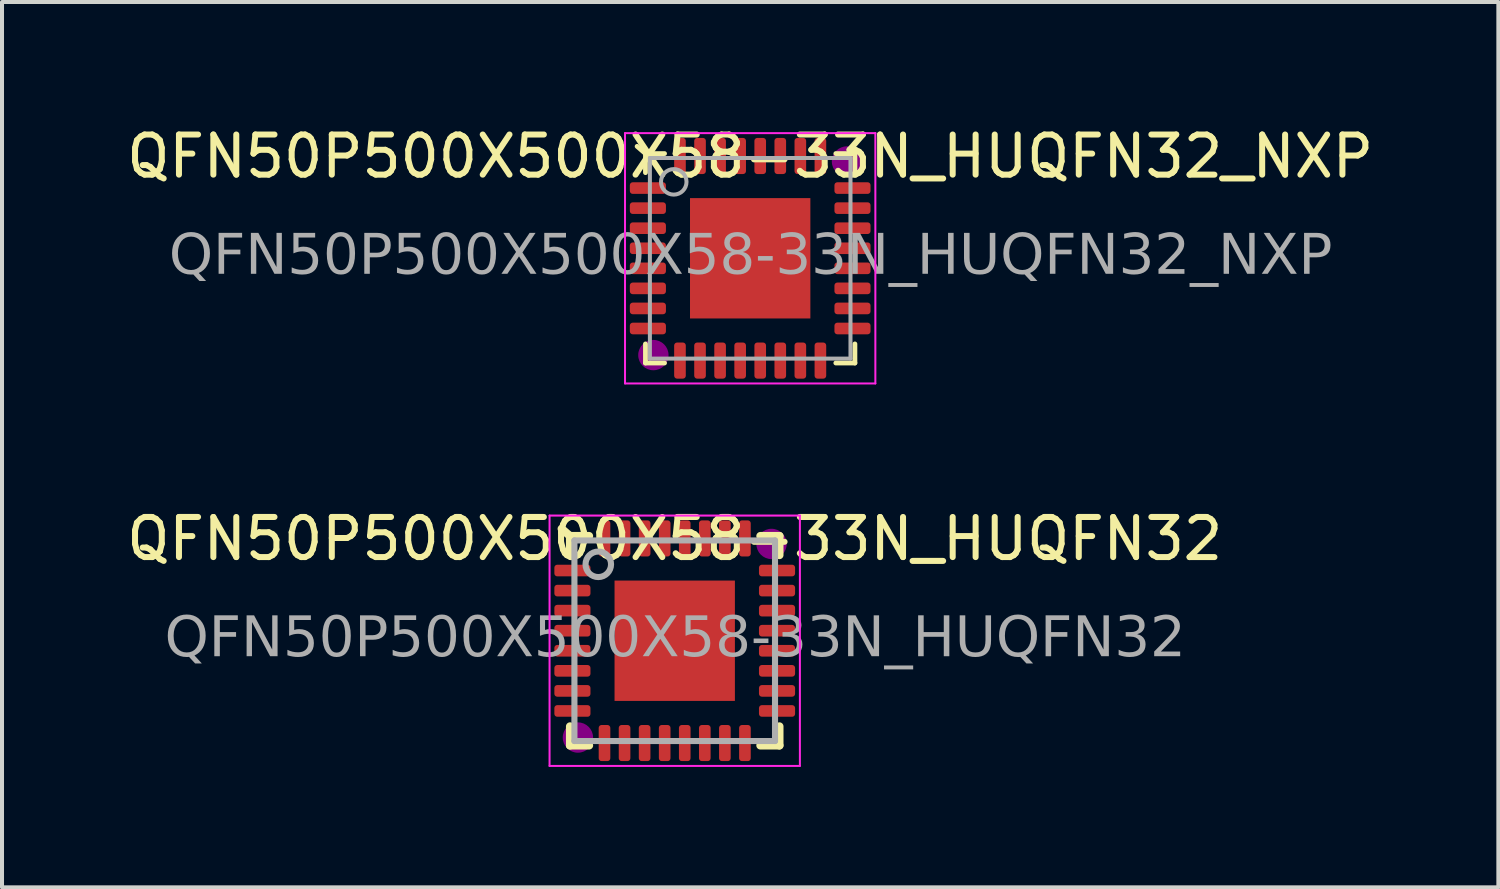
<source format=kicad_pcb>
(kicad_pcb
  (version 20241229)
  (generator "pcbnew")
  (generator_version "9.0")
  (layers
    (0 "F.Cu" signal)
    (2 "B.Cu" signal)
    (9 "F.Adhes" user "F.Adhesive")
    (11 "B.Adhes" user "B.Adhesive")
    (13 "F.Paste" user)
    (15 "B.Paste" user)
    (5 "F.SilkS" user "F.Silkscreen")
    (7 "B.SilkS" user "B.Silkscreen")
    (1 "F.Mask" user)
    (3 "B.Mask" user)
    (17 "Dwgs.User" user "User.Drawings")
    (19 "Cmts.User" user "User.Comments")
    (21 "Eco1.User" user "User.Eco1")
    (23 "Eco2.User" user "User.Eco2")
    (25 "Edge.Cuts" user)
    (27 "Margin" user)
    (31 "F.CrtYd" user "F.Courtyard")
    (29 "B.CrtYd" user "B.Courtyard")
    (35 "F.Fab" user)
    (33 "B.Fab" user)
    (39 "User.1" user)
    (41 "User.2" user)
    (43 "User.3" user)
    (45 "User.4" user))
  (footprint "QFN50P500X500X58-33N_HUQFN32_NXP"
    (layer "F.Cu")
    (at 15.649 3.388)
    (property "Reference" "QFN50P500X500X58-33N_HUQFN32_NXP" (at 0 -2.54 0) (layer "F.SilkS") (effects (font (size 1 1) (thickness 0.15))))
    (attr smd)
    (fp_line (start -2.61 -2.61) (end -2.818 -2.79) (stroke (width 0.12) (type solid)) (layer "F.SilkS"))
    (fp_line (start -2.61 -2.61) (end -2.61 -2.135) (stroke (width 0.12) (type solid)) (layer "F.SilkS"))
    (fp_line (start -2.61 2.61) (end -2.61 2.135) (stroke (width 0.12) (type solid)) (layer "F.SilkS"))
    (fp_line (start -2.135 -2.61) (end -2.61 -2.61) (stroke (width 0.12) (type solid)) (layer "F.SilkS"))
    (fp_line (start -2.135 2.61) (end -2.61 2.61) (stroke (width 0.12) (type solid)) (layer "F.SilkS"))
    (fp_line (start 2.135 -2.61) (end 2.61 -2.61) (stroke (width 0.12) (type solid)) (layer "F.SilkS"))
    (fp_line (start 2.135 2.61) (end 2.61 2.61) (stroke (width 0.12) (type solid)) (layer "F.SilkS"))
    (fp_line (start 2.61 -2.61) (end 2.61 -2.135) (stroke (width 0.12) (type solid)) (layer "F.SilkS"))
    (fp_line (start 2.61 2.61) (end 2.61 2.135) (stroke (width 0.12) (type solid)) (layer "F.SilkS"))
    (fp_circle (center -2.413 2.413) (end -2.095 2.413) (stroke (width 0.12) (type solid)) (fill yes) (layer "F.Adhes"))
    (fp_circle (center 2.413 -2.413) (end 2.731 -2.413) (stroke (width 0.12) (type solid)) (fill yes) (layer "F.Adhes"))
    (fp_line (start -3.12 -3.12) (end -3.12 3.12) (stroke (width 0.05) (type solid)) (layer "F.CrtYd"))
    (fp_line (start -3.12 3.12) (end 3.12 3.12) (stroke (width 0.05) (type solid)) (layer "F.CrtYd"))
    (fp_line (start 3.12 -3.12) (end -3.12 -3.12) (stroke (width 0.05) (type solid)) (layer "F.CrtYd"))
    (fp_line (start 3.12 3.12) (end 3.12 -3.12) (stroke (width 0.05) (type solid)) (layer "F.CrtYd"))
    (fp_line (start -2.5 -2.5) (end 2.5 -2.5) (stroke (width 0.1) (type solid)) (layer "F.Fab"))
    (fp_line (start -2.5 2.5) (end -2.5 -2.5) (stroke (width 0.1) (type solid)) (layer "F.Fab"))
    (fp_line (start 2.5 -2.5) (end 2.5 2.5) (stroke (width 0.1) (type solid)) (layer "F.Fab"))
    (fp_line (start 2.5 2.5) (end -2.5 2.5) (stroke (width 0.1) (type solid)) (layer "F.Fab"))
    (fp_circle (center -1.905 -1.905) (end -1.587 -1.905) (stroke (width 0.1) (type solid)) (fill no) (layer "F.Fab"))
    (fp_text user "${REFERENCE}" (at 0.012 -0.029 0) (layer "F.Fab") (effects (font (face "Tahoma") (size 1 1) (thickness 0.15))))
    (pad "" smd rect (at -0.55 -0.55) (size 0.7 0.7) (layers "F.Paste"))
    (pad "" smd rect (at -0.55 0.55) (size 0.7 0.7) (layers "F.Paste"))
    (pad "" smd rect (at 0.55 -0.55) (size 0.7 0.7) (layers "F.Paste"))
    (pad "" smd rect (at 0.55 0.55) (size 0.7 0.7) (layers "F.Paste"))
    (pad "1" smd roundrect (at -2.55 -1.75) (size 0.9 0.29) (layers "F.Cu" "F.Mask" "F.Paste") (roundrect_rratio 0.25))
    (pad "2" smd roundrect (at -2.55 -1.25) (size 0.9 0.29) (layers "F.Cu" "F.Mask" "F.Paste") (roundrect_rratio 0.25))
    (pad "3" smd roundrect (at -2.55 -0.75) (size 0.9 0.29) (layers "F.Cu" "F.Mask" "F.Paste") (roundrect_rratio 0.25))
    (pad "4" smd roundrect (at -2.55 -0.25) (size 0.9 0.29) (layers "F.Cu" "F.Mask" "F.Paste") (roundrect_rratio 0.25))
    (pad "5" smd roundrect (at -2.55 0.25) (size 0.9 0.29) (layers "F.Cu" "F.Mask" "F.Paste") (roundrect_rratio 0.25))
    (pad "6" smd roundrect (at -2.55 0.75) (size 0.9 0.29) (layers "F.Cu" "F.Mask" "F.Paste") (roundrect_rratio 0.25))
    (pad "7" smd roundrect (at -2.55 1.25) (size 0.9 0.29) (layers "F.Cu" "F.Mask" "F.Paste") (roundrect_rratio 0.25))
    (pad "8" smd roundrect (at -2.55 1.75) (size 0.9 0.29) (layers "F.Cu" "F.Mask" "F.Paste") (roundrect_rratio 0.25))
    (pad "9" smd roundrect (at -1.75 2.55) (size 0.29 0.9) (layers "F.Cu" "F.Mask" "F.Paste") (roundrect_rratio 0.25))
    (pad "10" smd roundrect (at -1.25 2.55) (size 0.29 0.9) (layers "F.Cu" "F.Mask" "F.Paste") (roundrect_rratio 0.25))
    (pad "11" smd roundrect (at -0.75 2.55) (size 0.29 0.9) (layers "F.Cu" "F.Mask" "F.Paste") (roundrect_rratio 0.25))
    (pad "12" smd roundrect (at -0.25 2.55) (size 0.29 0.9) (layers "F.Cu" "F.Mask" "F.Paste") (roundrect_rratio 0.25))
    (pad "13" smd roundrect (at 0.25 2.55) (size 0.29 0.9) (layers "F.Cu" "F.Mask" "F.Paste") (roundrect_rratio 0.25))
    (pad "14" smd roundrect (at 0.75 2.55) (size 0.29 0.9) (layers "F.Cu" "F.Mask" "F.Paste") (roundrect_rratio 0.25))
    (pad "15" smd roundrect (at 1.25 2.55) (size 0.29 0.9) (layers "F.Cu" "F.Mask" "F.Paste") (roundrect_rratio 0.25))
    (pad "16" smd roundrect (at 1.75 2.55) (size 0.29 0.9) (layers "F.Cu" "F.Mask" "F.Paste") (roundrect_rratio 0.25))
    (pad "17" smd roundrect (at 2.55 1.75) (size 0.9 0.29) (layers "F.Cu" "F.Mask" "F.Paste") (roundrect_rratio 0.25))
    (pad "18" smd roundrect (at 2.55 1.25) (size 0.9 0.29) (layers "F.Cu" "F.Mask" "F.Paste") (roundrect_rratio 0.25))
    (pad "19" smd roundrect (at 2.55 0.75) (size 0.9 0.29) (layers "F.Cu" "F.Mask" "F.Paste") (roundrect_rratio 0.25))
    (pad "20" smd roundrect (at 2.55 0.25) (size 0.9 0.29) (layers "F.Cu" "F.Mask" "F.Paste") (roundrect_rratio 0.25))
    (pad "21" smd roundrect (at 2.55 -0.25) (size 0.9 0.29) (layers "F.Cu" "F.Mask" "F.Paste") (roundrect_rratio 0.25))
    (pad "22" smd roundrect (at 2.55 -0.75) (size 0.9 0.29) (layers "F.Cu" "F.Mask" "F.Paste") (roundrect_rratio 0.25))
    (pad "23" smd roundrect (at 2.55 -1.25) (size 0.9 0.29) (layers "F.Cu" "F.Mask" "F.Paste") (roundrect_rratio 0.25))
    (pad "24" smd roundrect (at 2.55 -1.75) (size 0.9 0.29) (layers "F.Cu" "F.Mask" "F.Paste") (roundrect_rratio 0.25))
    (pad "25" smd roundrect (at 1.75 -2.55) (size 0.29 0.9) (layers "F.Cu" "F.Mask" "F.Paste") (roundrect_rratio 0.25))
    (pad "26" smd roundrect (at 1.25 -2.55) (size 0.29 0.9) (layers "F.Cu" "F.Mask" "F.Paste") (roundrect_rratio 0.25))
    (pad "27" smd roundrect (at 0.75 -2.55) (size 0.29 0.9) (layers "F.Cu" "F.Mask" "F.Paste") (roundrect_rratio 0.25))
    (pad "28" smd roundrect (at 0.25 -2.55) (size 0.29 0.9) (layers "F.Cu" "F.Mask" "F.Paste") (roundrect_rratio 0.25))
    (pad "29" smd roundrect (at -0.25 -2.55) (size 0.29 0.9) (layers "F.Cu" "F.Mask" "F.Paste") (roundrect_rratio 0.25))
    (pad "30" smd roundrect (at -0.75 -2.55) (size 0.29 0.9) (layers "F.Cu" "F.Mask" "F.Paste") (roundrect_rratio 0.25))
    (pad "31" smd roundrect (at -1.25 -2.55) (size 0.29 0.9) (layers "F.Cu" "F.Mask" "F.Paste") (roundrect_rratio 0.25))
    (pad "32" smd roundrect (at -1.75 -2.55) (size 0.29 0.9) (layers "F.Cu" "F.Mask" "F.Paste") (roundrect_rratio 0.25))
    (pad "33" smd rect (at 0 0) (size 3 3) (property pad_prop_heatsink) (layers "F.Cu" "F.Mask")))
  (footprint "QFN50P500X500X58-33N_HUQFN32"
    (layer "F.Cu")
    (at 13.768 12.921)
    (property "Reference" "QFN50P500X500X58-33N_HUQFN32" (at 0 -2.54 0) (layer "F.SilkS") (effects (font (size 1 1) (thickness 0.15))))
    (attr smd)
    (fp_line (start -2.61 -2.61) (end -2.818 -2.79) (stroke (width 0.203) (type solid)) (layer "F.SilkS"))
    (fp_line (start -2.61 -2.61) (end -2.61 -2.135) (stroke (width 0.203) (type solid)) (layer "F.SilkS"))
    (fp_line (start -2.61 2.61) (end -2.61 2.135) (stroke (width 0.203) (type solid)) (layer "F.SilkS"))
    (fp_line (start -2.135 -2.61) (end -2.61 -2.61) (stroke (width 0.203) (type solid)) (layer "F.SilkS"))
    (fp_line (start -2.135 2.61) (end -2.61 2.61) (stroke (width 0.203) (type solid)) (layer "F.SilkS"))
    (fp_line (start 2.135 -2.61) (end 2.61 -2.61) (stroke (width 0.203) (type solid)) (layer "F.SilkS"))
    (fp_line (start 2.135 2.61) (end 2.61 2.61) (stroke (width 0.203) (type solid)) (layer "F.SilkS"))
    (fp_line (start 2.61 -2.61) (end 2.61 -2.135) (stroke (width 0.203) (type solid)) (layer "F.SilkS"))
    (fp_line (start 2.61 2.61) (end 2.61 2.135) (stroke (width 0.203) (type solid)) (layer "F.SilkS"))
    (fp_circle (center -2.413 2.413) (end -2.095 2.413) (stroke (width 0.12) (type solid)) (fill yes) (layer "F.Adhes"))
    (fp_circle (center 2.413 -2.413) (end 2.731 -2.413) (stroke (width 0.12) (type solid)) (fill yes) (layer "F.Adhes"))
    (fp_line (start -3.12 -3.12) (end -3.12 3.12) (stroke (width 0.05) (type solid)) (layer "F.CrtYd"))
    (fp_line (start -3.12 3.12) (end 3.12 3.12) (stroke (width 0.05) (type solid)) (layer "F.CrtYd"))
    (fp_line (start 3.12 -3.12) (end -3.12 -3.12) (stroke (width 0.05) (type solid)) (layer "F.CrtYd"))
    (fp_line (start 3.12 3.12) (end 3.12 -3.12) (stroke (width 0.05) (type solid)) (layer "F.CrtYd"))
    (fp_line (start -2.5 -2.5) (end 2.5 -2.5) (stroke (width 0.152) (type solid)) (layer "F.Fab"))
    (fp_line (start -2.5 2.5) (end -2.5 -2.5) (stroke (width 0.152) (type solid)) (layer "F.Fab"))
    (fp_line (start 2.5 -2.5) (end 2.5 2.5) (stroke (width 0.152) (type solid)) (layer "F.Fab"))
    (fp_line (start 2.5 2.5) (end -2.5 2.5) (stroke (width 0.152) (type solid)) (layer "F.Fab"))
    (fp_circle (center -1.905 -1.905) (end -1.587 -1.905) (stroke (width 0.152) (type solid)) (fill no) (layer "F.Fab"))
    (fp_text user "${REFERENCE}" (at 0.012 -0.029 0) (layer "F.Fab") (effects (font (face "Tahoma") (size 1 1) (thickness 0.15))))
    (pad "" smd rect (at -0.55 -0.55) (size 0.7 0.7) (layers "F.Paste"))
    (pad "" smd rect (at -0.55 0.55) (size 0.7 0.7) (layers "F.Paste"))
    (pad "" smd rect (at 0.55 -0.55) (size 0.7 0.7) (layers "F.Paste"))
    (pad "" smd rect (at 0.55 0.55) (size 0.7 0.7) (layers "F.Paste"))
    (pad "1" smd roundrect (at -2.55 -1.75) (size 0.9 0.29) (layers "F.Cu" "F.Mask" "F.Paste") (roundrect_rratio 0.25))
    (pad "2" smd roundrect (at -2.55 -1.25) (size 0.9 0.29) (layers "F.Cu" "F.Mask" "F.Paste") (roundrect_rratio 0.25))
    (pad "3" smd roundrect (at -2.55 -0.75) (size 0.9 0.29) (layers "F.Cu" "F.Mask" "F.Paste") (roundrect_rratio 0.25))
    (pad "4" smd roundrect (at -2.55 -0.25) (size 0.9 0.29) (layers "F.Cu" "F.Mask" "F.Paste") (roundrect_rratio 0.25))
    (pad "5" smd roundrect (at -2.55 0.25) (size 0.9 0.29) (layers "F.Cu" "F.Mask" "F.Paste") (roundrect_rratio 0.25))
    (pad "6" smd roundrect (at -2.55 0.75) (size 0.9 0.29) (layers "F.Cu" "F.Mask" "F.Paste") (roundrect_rratio 0.25))
    (pad "7" smd roundrect (at -2.55 1.25) (size 0.9 0.29) (layers "F.Cu" "F.Mask" "F.Paste") (roundrect_rratio 0.25))
    (pad "8" smd roundrect (at -2.55 1.75) (size 0.9 0.29) (layers "F.Cu" "F.Mask" "F.Paste") (roundrect_rratio 0.25))
    (pad "9" smd roundrect (at -1.75 2.55) (size 0.29 0.9) (layers "F.Cu" "F.Mask" "F.Paste") (roundrect_rratio 0.25))
    (pad "10" smd roundrect (at -1.25 2.55) (size 0.29 0.9) (layers "F.Cu" "F.Mask" "F.Paste") (roundrect_rratio 0.25))
    (pad "11" smd roundrect (at -0.75 2.55) (size 0.29 0.9) (layers "F.Cu" "F.Mask" "F.Paste") (roundrect_rratio 0.25))
    (pad "12" smd roundrect (at -0.25 2.55) (size 0.29 0.9) (layers "F.Cu" "F.Mask" "F.Paste") (roundrect_rratio 0.25))
    (pad "13" smd roundrect (at 0.25 2.55) (size 0.29 0.9) (layers "F.Cu" "F.Mask" "F.Paste") (roundrect_rratio 0.25))
    (pad "14" smd roundrect (at 0.75 2.55) (size 0.29 0.9) (layers "F.Cu" "F.Mask" "F.Paste") (roundrect_rratio 0.25))
    (pad "15" smd roundrect (at 1.25 2.55) (size 0.29 0.9) (layers "F.Cu" "F.Mask" "F.Paste") (roundrect_rratio 0.25))
    (pad "16" smd roundrect (at 1.75 2.55) (size 0.29 0.9) (layers "F.Cu" "F.Mask" "F.Paste") (roundrect_rratio 0.25))
    (pad "17" smd roundrect (at 2.55 1.75) (size 0.9 0.29) (layers "F.Cu" "F.Mask" "F.Paste") (roundrect_rratio 0.25))
    (pad "18" smd roundrect (at 2.55 1.25) (size 0.9 0.29) (layers "F.Cu" "F.Mask" "F.Paste") (roundrect_rratio 0.25))
    (pad "19" smd roundrect (at 2.55 0.75) (size 0.9 0.29) (layers "F.Cu" "F.Mask" "F.Paste") (roundrect_rratio 0.25))
    (pad "20" smd roundrect (at 2.55 0.25) (size 0.9 0.29) (layers "F.Cu" "F.Mask" "F.Paste") (roundrect_rratio 0.25))
    (pad "21" smd roundrect (at 2.55 -0.25) (size 0.9 0.29) (layers "F.Cu" "F.Mask" "F.Paste") (roundrect_rratio 0.25))
    (pad "22" smd roundrect (at 2.55 -0.75) (size 0.9 0.29) (layers "F.Cu" "F.Mask" "F.Paste") (roundrect_rratio 0.25))
    (pad "23" smd roundrect (at 2.55 -1.25) (size 0.9 0.29) (layers "F.Cu" "F.Mask" "F.Paste") (roundrect_rratio 0.25))
    (pad "24" smd roundrect (at 2.55 -1.75) (size 0.9 0.29) (layers "F.Cu" "F.Mask" "F.Paste") (roundrect_rratio 0.25))
    (pad "25" smd roundrect (at 1.75 -2.55) (size 0.29 0.9) (layers "F.Cu" "F.Mask" "F.Paste") (roundrect_rratio 0.25))
    (pad "26" smd roundrect (at 1.25 -2.55) (size 0.29 0.9) (layers "F.Cu" "F.Mask" "F.Paste") (roundrect_rratio 0.25))
    (pad "27" smd roundrect (at 0.75 -2.55) (size 0.29 0.9) (layers "F.Cu" "F.Mask" "F.Paste") (roundrect_rratio 0.25))
    (pad "28" smd roundrect (at 0.25 -2.55) (size 0.29 0.9) (layers "F.Cu" "F.Mask" "F.Paste") (roundrect_rratio 0.25))
    (pad "29" smd roundrect (at -0.25 -2.55) (size 0.29 0.9) (layers "F.Cu" "F.Mask" "F.Paste") (roundrect_rratio 0.25))
    (pad "30" smd roundrect (at -0.75 -2.55) (size 0.29 0.9) (layers "F.Cu" "F.Mask" "F.Paste") (roundrect_rratio 0.25))
    (pad "31" smd roundrect (at -1.25 -2.55) (size 0.29 0.9) (layers "F.Cu" "F.Mask" "F.Paste") (roundrect_rratio 0.25))
    (pad "32" smd roundrect (at -1.75 -2.55) (size 0.29 0.9) (layers "F.Cu" "F.Mask" "F.Paste") (roundrect_rratio 0.25))
    (pad "33" smd rect (at 0 0) (size 3 3) (property pad_prop_heatsink) (layers "F.Cu" "F.Mask")))
  (gr_rect
    (start -3 -3)
    (end 34.298 19.067)
    (stroke (width 0.1) (type default))
    (fill no)
    (layer "Edge.Cuts")))
</source>
